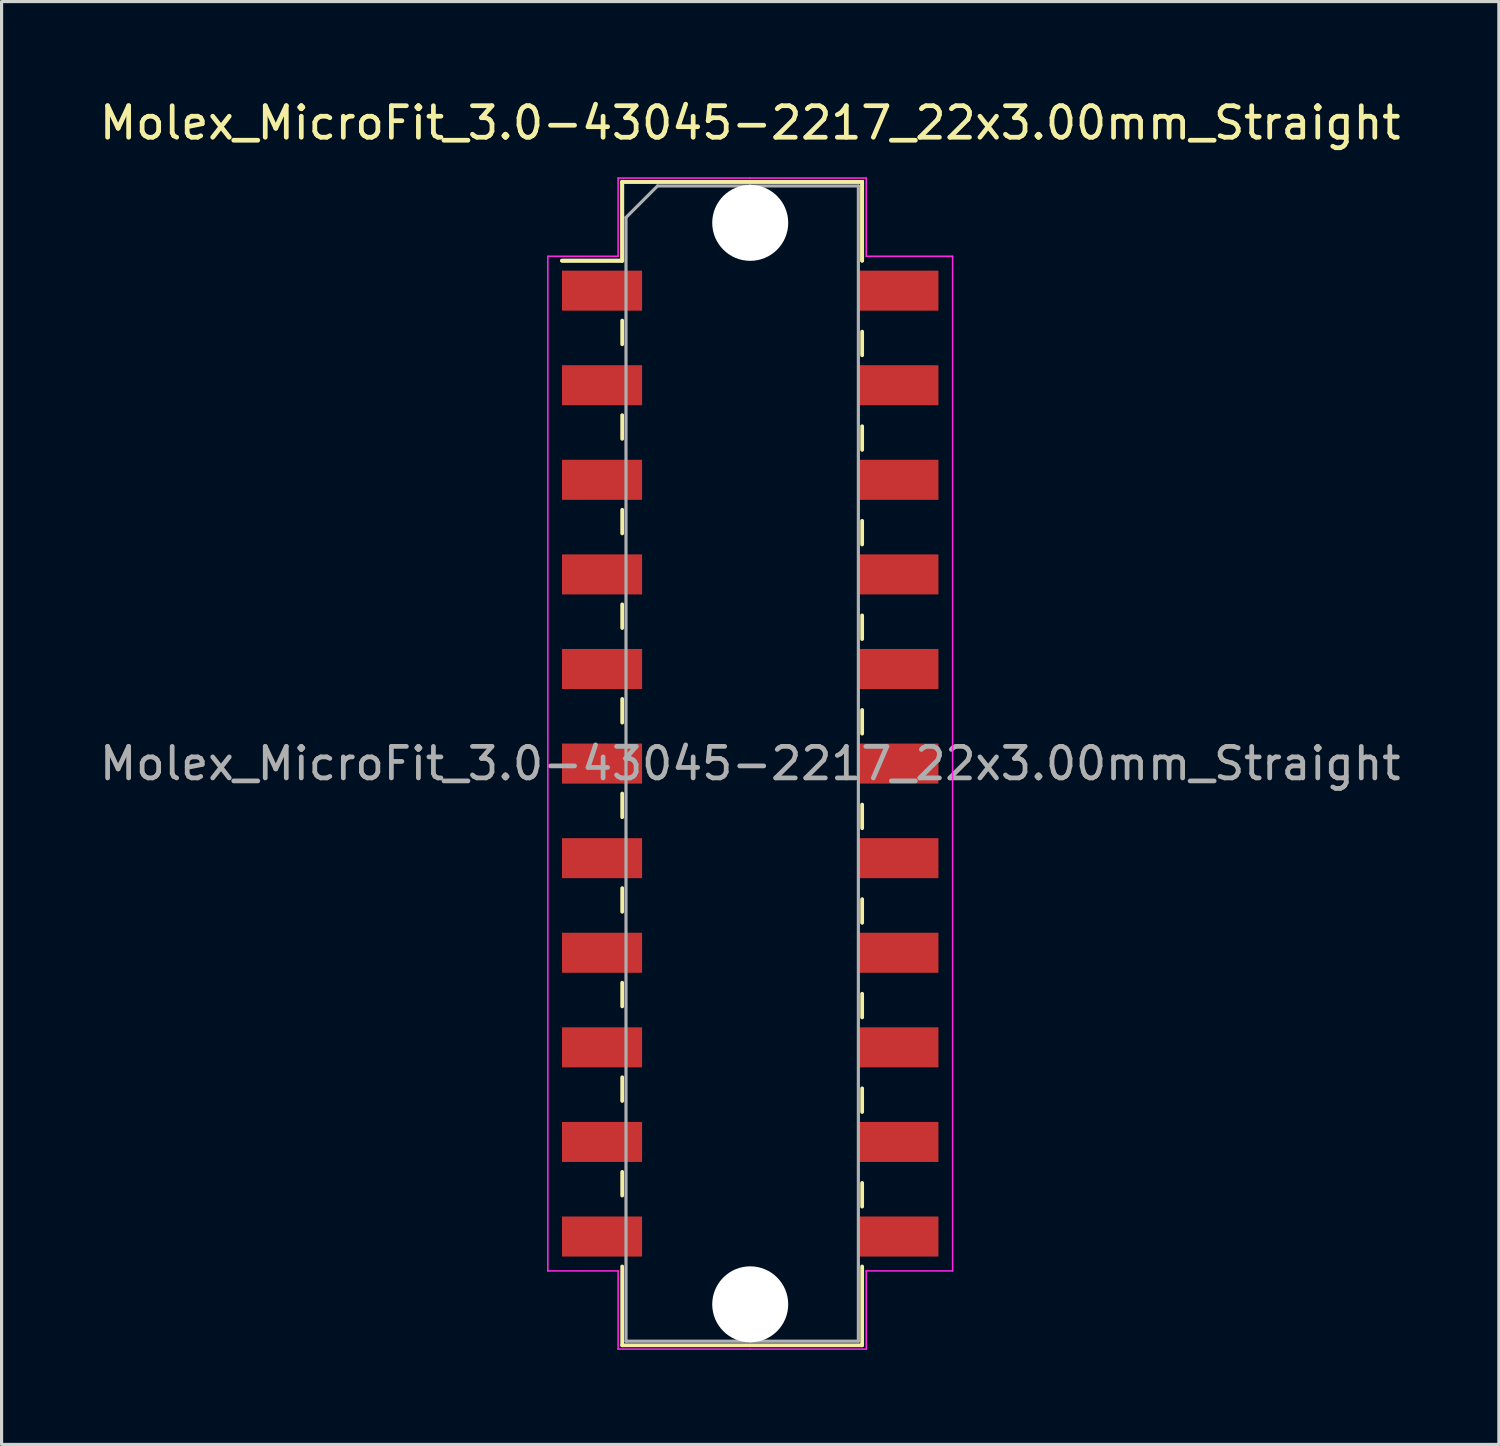
<source format=kicad_pcb>
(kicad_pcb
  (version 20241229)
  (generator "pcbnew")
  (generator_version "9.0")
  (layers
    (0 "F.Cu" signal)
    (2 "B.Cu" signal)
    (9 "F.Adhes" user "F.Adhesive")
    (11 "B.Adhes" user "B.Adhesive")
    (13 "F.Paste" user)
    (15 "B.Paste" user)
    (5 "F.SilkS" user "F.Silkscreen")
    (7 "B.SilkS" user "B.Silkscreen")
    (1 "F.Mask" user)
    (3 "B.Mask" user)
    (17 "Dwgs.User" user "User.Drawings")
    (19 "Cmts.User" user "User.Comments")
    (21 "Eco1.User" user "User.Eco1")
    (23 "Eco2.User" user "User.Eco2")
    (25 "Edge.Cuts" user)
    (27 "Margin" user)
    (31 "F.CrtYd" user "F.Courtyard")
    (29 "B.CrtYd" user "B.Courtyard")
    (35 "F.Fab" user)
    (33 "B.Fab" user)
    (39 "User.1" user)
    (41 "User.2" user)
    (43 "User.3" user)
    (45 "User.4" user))
  (footprint "Molex_MicroFit_3.0-43045-2217_22x3.00mm_Straight"
    (layer "F.Cu")
    (at 20.744 21.168)
    (property "Reference" "Molex_MicroFit_3.0-43045-2217_22x3.00mm_Straight" (at 0 -20.32 0) (layer "F.SilkS") (effects (font (size 1 1) (thickness 0.15))))
    (attr smd)
    (fp_line (start -5.97 -15.95) (end -4.06 -15.95) (stroke (width 0.12) (type solid)) (layer "F.SilkS"))
    (fp_line (start -5.97 -15.95) (end -4.06 -15.95) (stroke (width 0.12) (type solid)) (layer "F.SilkS"))
    (fp_line (start -4.06 -18.45) (end 3.55 -18.45) (stroke (width 0.12) (type solid)) (layer "F.SilkS"))
    (fp_line (start -4.06 -18.45) (end 3.55 -18.45) (stroke (width 0.12) (type solid)) (layer "F.SilkS"))
    (fp_line (start -4.06 -15.95) (end -4.06 -18.45) (stroke (width 0.12) (type solid)) (layer "F.SilkS"))
    (fp_line (start -4.06 -15.95) (end -4.06 -18.45) (stroke (width 0.12) (type solid)) (layer "F.SilkS"))
    (fp_line (start -4.06 -14.05) (end -4.06 -13.3) (stroke (width 0.12) (type solid)) (layer "F.SilkS"))
    (fp_line (start -4.06 -11.05) (end -4.06 -10.3) (stroke (width 0.12) (type solid)) (layer "F.SilkS"))
    (fp_line (start -4.06 -8.05) (end -4.06 -7.3) (stroke (width 0.12) (type solid)) (layer "F.SilkS"))
    (fp_line (start -4.06 -5.05) (end -4.06 -4.3) (stroke (width 0.12) (type solid)) (layer "F.SilkS"))
    (fp_line (start -4.06 -2.05) (end -4.06 -1.3) (stroke (width 0.12) (type solid)) (layer "F.SilkS"))
    (fp_line (start -4.06 0.95) (end -4.06 1.7) (stroke (width 0.12) (type solid)) (layer "F.SilkS"))
    (fp_line (start -4.06 3.95) (end -4.06 4.7) (stroke (width 0.12) (type solid)) (layer "F.SilkS"))
    (fp_line (start -4.06 6.95) (end -4.06 7.7) (stroke (width 0.12) (type solid)) (layer "F.SilkS"))
    (fp_line (start -4.06 9.95) (end -4.06 10.7) (stroke (width 0.12) (type solid)) (layer "F.SilkS"))
    (fp_line (start -4.06 12.95) (end -4.06 13.7) (stroke (width 0.12) (type solid)) (layer "F.SilkS"))
    (fp_line (start -4.06 18.45) (end -4.06 15.95) (stroke (width 0.12) (type solid)) (layer "F.SilkS"))
    (fp_line (start 3.55 -18.45) (end 3.55 -15.95) (stroke (width 0.12) (type solid)) (layer "F.SilkS"))
    (fp_line (start 3.55 -18.45) (end 3.55 -15.95) (stroke (width 0.12) (type solid)) (layer "F.SilkS"))
    (fp_line (start 3.55 -12.95) (end 3.55 -13.7) (stroke (width 0.12) (type solid)) (layer "F.SilkS"))
    (fp_line (start 3.55 -9.95) (end 3.55 -10.7) (stroke (width 0.12) (type solid)) (layer "F.SilkS"))
    (fp_line (start 3.55 -6.95) (end 3.55 -7.7) (stroke (width 0.12) (type solid)) (layer "F.SilkS"))
    (fp_line (start 3.55 -3.95) (end 3.55 -4.7) (stroke (width 0.12) (type solid)) (layer "F.SilkS"))
    (fp_line (start 3.55 -0.95) (end 3.55 -1.7) (stroke (width 0.12) (type solid)) (layer "F.SilkS"))
    (fp_line (start 3.55 2.05) (end 3.55 1.3) (stroke (width 0.12) (type solid)) (layer "F.SilkS"))
    (fp_line (start 3.55 5.05) (end 3.55 4.3) (stroke (width 0.12) (type solid)) (layer "F.SilkS"))
    (fp_line (start 3.55 8.05) (end 3.55 7.3) (stroke (width 0.12) (type solid)) (layer "F.SilkS"))
    (fp_line (start 3.55 11.05) (end 3.55 10.3) (stroke (width 0.12) (type solid)) (layer "F.SilkS"))
    (fp_line (start 3.55 14.05) (end 3.55 13.3) (stroke (width 0.12) (type solid)) (layer "F.SilkS"))
    (fp_line (start 3.55 15.95) (end 3.55 18.45) (stroke (width 0.12) (type solid)) (layer "F.SilkS"))
    (fp_line (start 3.55 18.45) (end -4.06 18.45) (stroke (width 0.12) (type solid)) (layer "F.SilkS"))
    (fp_line (start -6.42 -16.09) (end -4.19 -16.09) (stroke (width 0.05) (type solid)) (layer "F.CrtYd"))
    (fp_line (start -6.42 16.09) (end -6.42 -16.09) (stroke (width 0.05) (type solid)) (layer "F.CrtYd"))
    (fp_line (start -4.19 -18.57) (end 0 -18.57) (stroke (width 0.05) (type solid)) (layer "F.CrtYd"))
    (fp_line (start -4.19 -16.09) (end -4.19 -18.57) (stroke (width 0.05) (type solid)) (layer "F.CrtYd"))
    (fp_line (start -4.19 16.09) (end -6.42 16.09) (stroke (width 0.05) (type solid)) (layer "F.CrtYd"))
    (fp_line (start -4.19 18.57) (end -4.19 16.09) (stroke (width 0.05) (type solid)) (layer "F.CrtYd"))
    (fp_line (start 0 -18.57) (end 3.68 -18.57) (stroke (width 0.05) (type solid)) (layer "F.CrtYd"))
    (fp_line (start 0 18.57) (end -4.19 18.57) (stroke (width 0.05) (type solid)) (layer "F.CrtYd"))
    (fp_line (start 3.68 -18.57) (end 3.68 -16.09) (stroke (width 0.05) (type solid)) (layer "F.CrtYd"))
    (fp_line (start 3.68 -16.09) (end 6.42 -16.09) (stroke (width 0.05) (type solid)) (layer "F.CrtYd"))
    (fp_line (start 3.68 16.09) (end 3.68 18.57) (stroke (width 0.05) (type solid)) (layer "F.CrtYd"))
    (fp_line (start 3.68 18.57) (end 0 18.57) (stroke (width 0.05) (type solid)) (layer "F.CrtYd"))
    (fp_line (start 6.42 -16.09) (end 6.42 16.09) (stroke (width 0.05) (type solid)) (layer "F.CrtYd"))
    (fp_line (start 6.42 16.09) (end 3.68 16.09) (stroke (width 0.05) (type solid)) (layer "F.CrtYd"))
    (fp_line (start -3.94 -17.32) (end -2.94 -18.32) (stroke (width 0.1) (type solid)) (layer "F.Fab"))
    (fp_line (start -3.94 18.32) (end -3.94 -17.32) (stroke (width 0.1) (type solid)) (layer "F.Fab"))
    (fp_line (start -2.94 -18.32) (end 0 -18.32) (stroke (width 0.1) (type solid)) (layer "F.Fab"))
    (fp_line (start 0 -18.32) (end 3.43 -18.32) (stroke (width 0.1) (type solid)) (layer "F.Fab"))
    (fp_line (start 0 18.32) (end -3.94 18.32) (stroke (width 0.1) (type solid)) (layer "F.Fab"))
    (fp_line (start 3.43 -18.32) (end 3.43 18.32) (stroke (width 0.1) (type solid)) (layer "F.Fab"))
    (fp_line (start 3.43 18.32) (end 0 18.32) (stroke (width 0.1) (type solid)) (layer "F.Fab"))
    (fp_text user "${REFERENCE}" (at 0 0 0) (layer "F.Fab") (effects (font (size 1 1) (thickness 0.15))))
    (pad "" np_thru_hole circle (at 0 -17.15) (size 2.41 2.41) (drill 2.41) (layers "*.Cu"))
    (pad "" np_thru_hole circle (at 0 17.15) (size 2.41 2.41) (drill 2.41) (layers "*.Cu"))
    (pad "1" smd rect (at -4.7 -15) (size 2.54 1.27) (layers "F.Cu" "F.Mask" "F.Paste"))
    (pad "2" smd rect (at -4.7 -12) (size 2.54 1.27) (layers "F.Cu" "F.Mask" "F.Paste"))
    (pad "3" smd rect (at -4.7 -9) (size 2.54 1.27) (layers "F.Cu" "F.Mask" "F.Paste"))
    (pad "4" smd rect (at -4.7 -6) (size 2.54 1.27) (layers "F.Cu" "F.Mask" "F.Paste"))
    (pad "5" smd rect (at -4.7 -3) (size 2.54 1.27) (layers "F.Cu" "F.Mask" "F.Paste"))
    (pad "6" smd rect (at -4.7 0) (size 2.54 1.27) (layers "F.Cu" "F.Mask" "F.Paste"))
    (pad "7" smd rect (at -4.7 3) (size 2.54 1.27) (layers "F.Cu" "F.Mask" "F.Paste"))
    (pad "8" smd rect (at -4.7 6) (size 2.54 1.27) (layers "F.Cu" "F.Mask" "F.Paste"))
    (pad "9" smd rect (at -4.7 9) (size 2.54 1.27) (layers "F.Cu" "F.Mask" "F.Paste"))
    (pad "10" smd rect (at -4.7 12) (size 2.54 1.27) (layers "F.Cu" "F.Mask" "F.Paste"))
    (pad "11" smd rect (at -4.7 15) (size 2.54 1.27) (layers "F.Cu" "F.Mask" "F.Paste"))
    (pad "12" smd rect (at 4.7 15) (size 2.54 1.27) (layers "F.Cu" "F.Mask" "F.Paste"))
    (pad "13" smd rect (at 4.7 12) (size 2.54 1.27) (layers "F.Cu" "F.Mask" "F.Paste"))
    (pad "14" smd rect (at 4.7 9) (size 2.54 1.27) (layers "F.Cu" "F.Mask" "F.Paste"))
    (pad "15" smd rect (at 4.7 6) (size 2.54 1.27) (layers "F.Cu" "F.Mask" "F.Paste"))
    (pad "16" smd rect (at 4.7 3) (size 2.54 1.27) (layers "F.Cu" "F.Mask" "F.Paste"))
    (pad "17" smd rect (at 4.7 0) (size 2.54 1.27) (layers "F.Cu" "F.Mask" "F.Paste"))
    (pad "18" smd rect (at 4.7 -3) (size 2.54 1.27) (layers "F.Cu" "F.Mask" "F.Paste"))
    (pad "19" smd rect (at 4.7 -6) (size 2.54 1.27) (layers "F.Cu" "F.Mask" "F.Paste"))
    (pad "20" smd rect (at 4.7 -9) (size 2.54 1.27) (layers "F.Cu" "F.Mask" "F.Paste"))
    (pad "21" smd rect (at 4.7 -12) (size 2.54 1.27) (layers "F.Cu" "F.Mask" "F.Paste"))
    (pad "22" smd rect (at 4.7 -15) (size 2.54 1.27) (layers "F.Cu" "F.Mask" "F.Paste")))
  (gr_rect
    (start -3 -3)
    (end 44.488 42.763)
    (stroke (width 0.1) (type default))
    (fill no)
    (layer "Edge.Cuts")))
</source>
